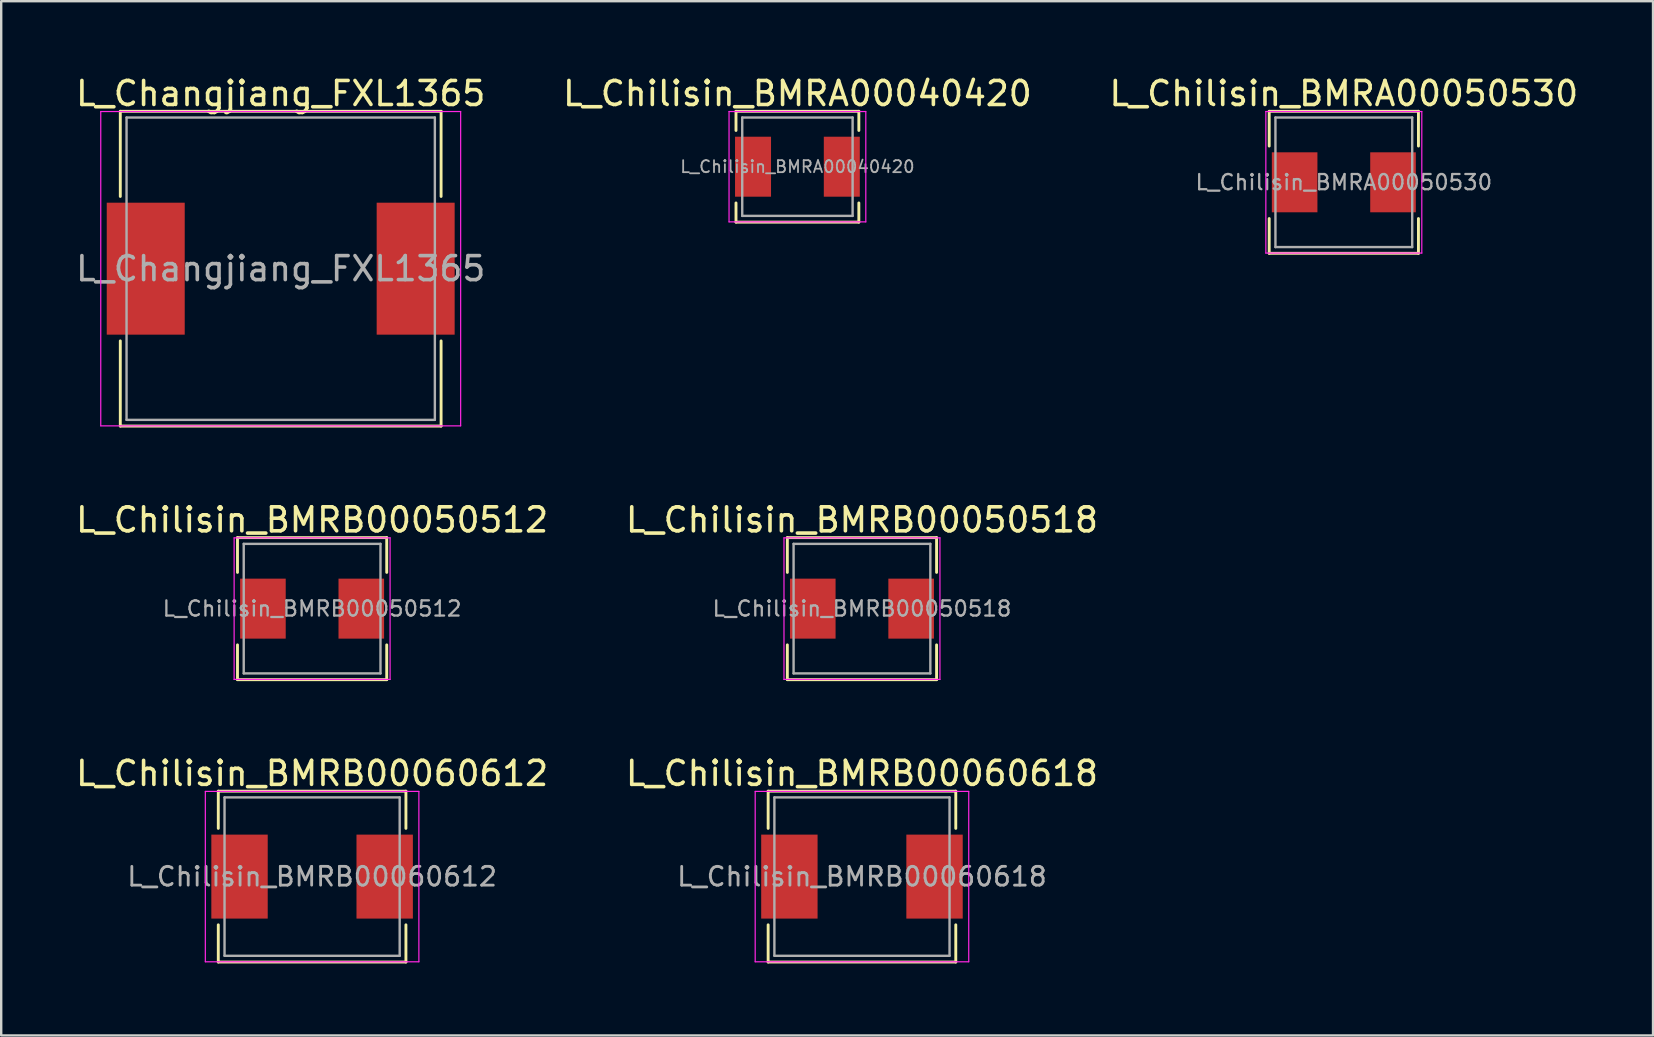
<source format=kicad_pcb>
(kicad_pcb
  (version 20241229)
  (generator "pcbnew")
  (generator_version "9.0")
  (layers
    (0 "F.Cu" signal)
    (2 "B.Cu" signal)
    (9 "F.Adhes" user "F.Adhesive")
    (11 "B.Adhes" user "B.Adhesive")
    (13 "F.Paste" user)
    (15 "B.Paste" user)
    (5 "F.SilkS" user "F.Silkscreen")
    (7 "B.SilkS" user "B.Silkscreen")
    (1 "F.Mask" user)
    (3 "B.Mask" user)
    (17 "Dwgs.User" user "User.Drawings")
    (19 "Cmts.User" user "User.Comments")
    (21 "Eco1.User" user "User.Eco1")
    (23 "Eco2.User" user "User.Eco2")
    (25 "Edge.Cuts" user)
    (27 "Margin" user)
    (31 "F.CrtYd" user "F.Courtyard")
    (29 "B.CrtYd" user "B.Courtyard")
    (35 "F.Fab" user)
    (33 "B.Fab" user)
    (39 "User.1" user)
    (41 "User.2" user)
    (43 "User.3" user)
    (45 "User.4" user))
  (footprint "L_Chilisin_BMRB00050518"
    (layer "F.Cu")
    (at 32.875 22.317)
    (property "Reference" "L_Chilisin_BMRB00050518" (at 0 -3.7 0) (layer "F.SilkS") (effects (font (size 1 1) (thickness 0.15))))
    (attr smd)
    (fp_line (start -3.11 -2.96) (end -3.11 -1.51) (stroke (width 0.12) (type solid)) (layer "F.SilkS"))
    (fp_line (start -3.11 -2.96) (end 3.11 -2.96) (stroke (width 0.12) (type solid)) (layer "F.SilkS"))
    (fp_line (start -3.11 2.96) (end -3.11 1.51) (stroke (width 0.12) (type solid)) (layer "F.SilkS"))
    (fp_line (start -3.11 2.96) (end 3.11 2.96) (stroke (width 0.12) (type solid)) (layer "F.SilkS"))
    (fp_line (start 3.11 -2.96) (end 3.11 -1.51) (stroke (width 0.12) (type solid)) (layer "F.SilkS"))
    (fp_line (start 3.11 2.96) (end 3.11 1.51) (stroke (width 0.12) (type solid)) (layer "F.SilkS"))
    (fp_line (start -3.25 -2.95) (end -3.25 2.95) (stroke (width 0.05) (type solid)) (layer "F.CrtYd"))
    (fp_line (start -3.25 2.95) (end 3.25 2.95) (stroke (width 0.05) (type solid)) (layer "F.CrtYd"))
    (fp_line (start 3.25 -2.95) (end -3.25 -2.95) (stroke (width 0.05) (type solid)) (layer "F.CrtYd"))
    (fp_line (start 3.25 2.95) (end 3.25 -2.95) (stroke (width 0.05) (type solid)) (layer "F.CrtYd"))
    (fp_line (start -2.85 -2.7) (end -2.85 2.7) (stroke (width 0.1) (type solid)) (layer "F.Fab"))
    (fp_line (start -2.85 2.7) (end 2.85 2.7) (stroke (width 0.1) (type solid)) (layer "F.Fab"))
    (fp_line (start 2.85 -2.7) (end -2.85 -2.7) (stroke (width 0.1) (type solid)) (layer "F.Fab"))
    (fp_line (start 2.85 2.7) (end 2.85 -2.7) (stroke (width 0.1) (type solid)) (layer "F.Fab"))
    (fp_text user "${REFERENCE}" (at 0 0 0) (layer "F.Fab") (effects (font (size 0.633 0.633) (thickness 0.095))))
    (pad "1" smd rect (at -2.05 0) (size 1.9 2.5) (layers "F.Cu" "F.Mask" "F.Paste"))
    (pad "2" smd rect (at 2.05 0) (size 1.9 2.5) (layers "F.Cu" "F.Mask" "F.Paste")))
  (footprint "L_Chilisin_BMRB00050512"
    (layer "F.Cu")
    (at 9.958 22.317)
    (property "Reference" "L_Chilisin_BMRB00050512" (at 0 -3.7 0) (layer "F.SilkS") (effects (font (size 1 1) (thickness 0.15))))
    (attr smd)
    (fp_line (start -3.11 -2.96) (end -3.11 -1.51) (stroke (width 0.12) (type solid)) (layer "F.SilkS"))
    (fp_line (start -3.11 -2.96) (end 3.11 -2.96) (stroke (width 0.12) (type solid)) (layer "F.SilkS"))
    (fp_line (start -3.11 2.96) (end -3.11 1.51) (stroke (width 0.12) (type solid)) (layer "F.SilkS"))
    (fp_line (start -3.11 2.96) (end 3.11 2.96) (stroke (width 0.12) (type solid)) (layer "F.SilkS"))
    (fp_line (start 3.11 -2.96) (end 3.11 -1.51) (stroke (width 0.12) (type solid)) (layer "F.SilkS"))
    (fp_line (start 3.11 2.96) (end 3.11 1.51) (stroke (width 0.12) (type solid)) (layer "F.SilkS"))
    (fp_line (start -3.25 -2.95) (end -3.25 2.95) (stroke (width 0.05) (type solid)) (layer "F.CrtYd"))
    (fp_line (start -3.25 2.95) (end 3.25 2.95) (stroke (width 0.05) (type solid)) (layer "F.CrtYd"))
    (fp_line (start 3.25 -2.95) (end -3.25 -2.95) (stroke (width 0.05) (type solid)) (layer "F.CrtYd"))
    (fp_line (start 3.25 2.95) (end 3.25 -2.95) (stroke (width 0.05) (type solid)) (layer "F.CrtYd"))
    (fp_line (start -2.85 -2.7) (end -2.85 2.7) (stroke (width 0.1) (type solid)) (layer "F.Fab"))
    (fp_line (start -2.85 2.7) (end 2.85 2.7) (stroke (width 0.1) (type solid)) (layer "F.Fab"))
    (fp_line (start 2.85 -2.7) (end -2.85 -2.7) (stroke (width 0.1) (type solid)) (layer "F.Fab"))
    (fp_line (start 2.85 2.7) (end 2.85 -2.7) (stroke (width 0.1) (type solid)) (layer "F.Fab"))
    (fp_text user "${REFERENCE}" (at 0 0 0) (layer "F.Fab") (effects (font (size 0.633 0.633) (thickness 0.095))))
    (pad "1" smd rect (at -2.05 0) (size 1.9 2.5) (layers "F.Cu" "F.Mask" "F.Paste"))
    (pad "2" smd rect (at 2.05 0) (size 1.9 2.5) (layers "F.Cu" "F.Mask" "F.Paste")))
  (footprint "L_Changjiang_FXL1365"
    (layer "F.Cu")
    (at 8.649 8.148)
    (property "Reference" "L_Changjiang_FXL1365" (at 0 -7.3 0) (layer "F.SilkS") (effects (font (size 1 1) (thickness 0.15))))
    (attr smd)
    (fp_line (start -6.685 -6.56) (end -6.685 -3.01) (stroke (width 0.12) (type solid)) (layer "F.SilkS"))
    (fp_line (start -6.685 -6.56) (end 6.685 -6.56) (stroke (width 0.12) (type solid)) (layer "F.SilkS"))
    (fp_line (start -6.685 6.56) (end -6.685 3.01) (stroke (width 0.12) (type solid)) (layer "F.SilkS"))
    (fp_line (start -6.685 6.56) (end 6.685 6.56) (stroke (width 0.12) (type solid)) (layer "F.SilkS"))
    (fp_line (start 6.685 -6.56) (end 6.685 -3.01) (stroke (width 0.12) (type solid)) (layer "F.SilkS"))
    (fp_line (start 6.685 6.56) (end 6.685 3.01) (stroke (width 0.12) (type solid)) (layer "F.SilkS"))
    (fp_line (start -7.5 -6.55) (end -7.5 6.55) (stroke (width 0.05) (type solid)) (layer "F.CrtYd"))
    (fp_line (start -7.5 6.55) (end 7.5 6.55) (stroke (width 0.05) (type solid)) (layer "F.CrtYd"))
    (fp_line (start 7.5 -6.55) (end -7.5 -6.55) (stroke (width 0.05) (type solid)) (layer "F.CrtYd"))
    (fp_line (start 7.5 6.55) (end 7.5 -6.55) (stroke (width 0.05) (type solid)) (layer "F.CrtYd"))
    (fp_line (start -6.425 -6.3) (end -6.425 6.3) (stroke (width 0.1) (type solid)) (layer "F.Fab"))
    (fp_line (start -6.425 6.3) (end 6.425 6.3) (stroke (width 0.1) (type solid)) (layer "F.Fab"))
    (fp_line (start 6.425 -6.3) (end -6.425 -6.3) (stroke (width 0.1) (type solid)) (layer "F.Fab"))
    (fp_line (start 6.425 6.3) (end 6.425 -6.3) (stroke (width 0.1) (type solid)) (layer "F.Fab"))
    (fp_text user "${REFERENCE}" (at 0 0 0) (layer "F.Fab") (effects (font (size 1 1) (thickness 0.15))))
    (pad "1" smd rect (at -5.625 0) (size 3.25 5.5) (layers "F.Cu" "F.Mask" "F.Paste"))
    (pad "2" smd rect (at 5.625 0) (size 3.25 5.5) (layers "F.Cu" "F.Mask" "F.Paste")))
  (footprint "L_Chilisin_BMRB00060612"
    (layer "F.Cu")
    (at 9.958 33.485)
    (property "Reference" "L_Chilisin_BMRB00060612" (at 0 -4.3 0) (layer "F.SilkS") (effects (font (size 1 1) (thickness 0.15))))
    (attr smd)
    (fp_line (start -3.91 -3.56) (end -3.91 -2.01) (stroke (width 0.12) (type solid)) (layer "F.SilkS"))
    (fp_line (start -3.91 -3.56) (end 3.91 -3.56) (stroke (width 0.12) (type solid)) (layer "F.SilkS"))
    (fp_line (start -3.91 3.56) (end -3.91 2.01) (stroke (width 0.12) (type solid)) (layer "F.SilkS"))
    (fp_line (start -3.91 3.56) (end 3.91 3.56) (stroke (width 0.12) (type solid)) (layer "F.SilkS"))
    (fp_line (start 3.91 -3.56) (end 3.91 -2.01) (stroke (width 0.12) (type solid)) (layer "F.SilkS"))
    (fp_line (start 3.91 3.56) (end 3.91 2.01) (stroke (width 0.12) (type solid)) (layer "F.SilkS"))
    (fp_line (start -4.45 -3.55) (end -4.45 3.55) (stroke (width 0.05) (type solid)) (layer "F.CrtYd"))
    (fp_line (start -4.45 3.55) (end 4.45 3.55) (stroke (width 0.05) (type solid)) (layer "F.CrtYd"))
    (fp_line (start 4.45 -3.55) (end -4.45 -3.55) (stroke (width 0.05) (type solid)) (layer "F.CrtYd"))
    (fp_line (start 4.45 3.55) (end 4.45 -3.55) (stroke (width 0.05) (type solid)) (layer "F.CrtYd"))
    (fp_line (start -3.65 -3.3) (end -3.65 3.3) (stroke (width 0.1) (type solid)) (layer "F.Fab"))
    (fp_line (start -3.65 3.3) (end 3.65 3.3) (stroke (width 0.1) (type solid)) (layer "F.Fab"))
    (fp_line (start 3.65 -3.3) (end -3.65 -3.3) (stroke (width 0.1) (type solid)) (layer "F.Fab"))
    (fp_line (start 3.65 3.3) (end 3.65 -3.3) (stroke (width 0.1) (type solid)) (layer "F.Fab"))
    (fp_text user "${REFERENCE}" (at 0 0 0) (layer "F.Fab") (effects (font (size 0.783 0.783) (thickness 0.117))))
    (pad "1" smd rect (at -3.025 0) (size 2.35 3.5) (layers "F.Cu" "F.Mask" "F.Paste"))
    (pad "2" smd rect (at 3.025 0) (size 2.35 3.5) (layers "F.Cu" "F.Mask" "F.Paste")))
  (footprint "L_Chilisin_BMRA00040420"
    (layer "F.Cu")
    (at 30.185 3.898)
    (property "Reference" "L_Chilisin_BMRA00040420" (at 0 -3.05 0) (layer "F.SilkS") (effects (font (size 1 1) (thickness 0.15))))
    (attr smd)
    (fp_line (start -2.56 -2.31) (end -2.56 -1.51) (stroke (width 0.12) (type solid)) (layer "F.SilkS"))
    (fp_line (start -2.56 -2.31) (end 2.56 -2.31) (stroke (width 0.12) (type solid)) (layer "F.SilkS"))
    (fp_line (start -2.56 2.31) (end -2.56 1.51) (stroke (width 0.12) (type solid)) (layer "F.SilkS"))
    (fp_line (start -2.56 2.31) (end 2.56 2.31) (stroke (width 0.12) (type solid)) (layer "F.SilkS"))
    (fp_line (start 2.56 -2.31) (end 2.56 -1.51) (stroke (width 0.12) (type solid)) (layer "F.SilkS"))
    (fp_line (start 2.56 2.31) (end 2.56 1.51) (stroke (width 0.12) (type solid)) (layer "F.SilkS"))
    (fp_line (start -2.85 -2.3) (end -2.85 2.3) (stroke (width 0.05) (type solid)) (layer "F.CrtYd"))
    (fp_line (start -2.85 2.3) (end 2.85 2.3) (stroke (width 0.05) (type solid)) (layer "F.CrtYd"))
    (fp_line (start 2.85 -2.3) (end -2.85 -2.3) (stroke (width 0.05) (type solid)) (layer "F.CrtYd"))
    (fp_line (start 2.85 2.3) (end 2.85 -2.3) (stroke (width 0.05) (type solid)) (layer "F.CrtYd"))
    (fp_line (start -2.3 -2.05) (end -2.3 2.05) (stroke (width 0.1) (type solid)) (layer "F.Fab"))
    (fp_line (start -2.3 2.05) (end 2.3 2.05) (stroke (width 0.1) (type solid)) (layer "F.Fab"))
    (fp_line (start 2.3 -2.05) (end -2.3 -2.05) (stroke (width 0.1) (type solid)) (layer "F.Fab"))
    (fp_line (start 2.3 2.05) (end 2.3 -2.05) (stroke (width 0.1) (type solid)) (layer "F.Fab"))
    (fp_text user "${REFERENCE}" (at 0 0 0) (layer "F.Fab") (effects (font (size 0.5 0.5) (thickness 0.075))))
    (pad "1" smd rect (at -1.85 0) (size 1.5 2.5) (layers "F.Cu" "F.Mask" "F.Paste"))
    (pad "2" smd rect (at 1.85 0) (size 1.5 2.5) (layers "F.Cu" "F.Mask" "F.Paste")))
  (footprint "L_Chilisin_BMRA00050530"
    (layer "F.Cu")
    (at 52.958 4.548)
    (property "Reference" "L_Chilisin_BMRA00050530" (at 0 -3.7 0) (layer "F.SilkS") (effects (font (size 1 1) (thickness 0.15))))
    (attr smd)
    (fp_line (start -3.11 -2.96) (end -3.11 -1.51) (stroke (width 0.12) (type solid)) (layer "F.SilkS"))
    (fp_line (start -3.11 -2.96) (end 3.11 -2.96) (stroke (width 0.12) (type solid)) (layer "F.SilkS"))
    (fp_line (start -3.11 2.96) (end -3.11 1.51) (stroke (width 0.12) (type solid)) (layer "F.SilkS"))
    (fp_line (start -3.11 2.96) (end 3.11 2.96) (stroke (width 0.12) (type solid)) (layer "F.SilkS"))
    (fp_line (start 3.11 -2.96) (end 3.11 -1.51) (stroke (width 0.12) (type solid)) (layer "F.SilkS"))
    (fp_line (start 3.11 2.96) (end 3.11 1.51) (stroke (width 0.12) (type solid)) (layer "F.SilkS"))
    (fp_line (start -3.25 -2.95) (end -3.25 2.95) (stroke (width 0.05) (type solid)) (layer "F.CrtYd"))
    (fp_line (start -3.25 2.95) (end 3.25 2.95) (stroke (width 0.05) (type solid)) (layer "F.CrtYd"))
    (fp_line (start 3.25 -2.95) (end -3.25 -2.95) (stroke (width 0.05) (type solid)) (layer "F.CrtYd"))
    (fp_line (start 3.25 2.95) (end 3.25 -2.95) (stroke (width 0.05) (type solid)) (layer "F.CrtYd"))
    (fp_line (start -2.85 -2.7) (end -2.85 2.7) (stroke (width 0.1) (type solid)) (layer "F.Fab"))
    (fp_line (start -2.85 2.7) (end 2.85 2.7) (stroke (width 0.1) (type solid)) (layer "F.Fab"))
    (fp_line (start 2.85 -2.7) (end -2.85 -2.7) (stroke (width 0.1) (type solid)) (layer "F.Fab"))
    (fp_line (start 2.85 2.7) (end 2.85 -2.7) (stroke (width 0.1) (type solid)) (layer "F.Fab"))
    (fp_text user "${REFERENCE}" (at 0 0 0) (layer "F.Fab") (effects (font (size 0.633 0.633) (thickness 0.095))))
    (pad "1" smd rect (at -2.05 0) (size 1.9 2.5) (layers "F.Cu" "F.Mask" "F.Paste"))
    (pad "2" smd rect (at 2.05 0) (size 1.9 2.5) (layers "F.Cu" "F.Mask" "F.Paste")))
  (footprint "L_Chilisin_BMRB00060618"
    (layer "F.Cu")
    (at 32.875 33.485)
    (property "Reference" "L_Chilisin_BMRB00060618" (at 0 -4.3 0) (layer "F.SilkS") (effects (font (size 1 1) (thickness 0.15))))
    (attr smd)
    (fp_line (start -3.91 -3.56) (end -3.91 -2.01) (stroke (width 0.12) (type solid)) (layer "F.SilkS"))
    (fp_line (start -3.91 -3.56) (end 3.91 -3.56) (stroke (width 0.12) (type solid)) (layer "F.SilkS"))
    (fp_line (start -3.91 3.56) (end -3.91 2.01) (stroke (width 0.12) (type solid)) (layer "F.SilkS"))
    (fp_line (start -3.91 3.56) (end 3.91 3.56) (stroke (width 0.12) (type solid)) (layer "F.SilkS"))
    (fp_line (start 3.91 -3.56) (end 3.91 -2.01) (stroke (width 0.12) (type solid)) (layer "F.SilkS"))
    (fp_line (start 3.91 3.56) (end 3.91 2.01) (stroke (width 0.12) (type solid)) (layer "F.SilkS"))
    (fp_line (start -4.45 -3.55) (end -4.45 3.55) (stroke (width 0.05) (type solid)) (layer "F.CrtYd"))
    (fp_line (start -4.45 3.55) (end 4.45 3.55) (stroke (width 0.05) (type solid)) (layer "F.CrtYd"))
    (fp_line (start 4.45 -3.55) (end -4.45 -3.55) (stroke (width 0.05) (type solid)) (layer "F.CrtYd"))
    (fp_line (start 4.45 3.55) (end 4.45 -3.55) (stroke (width 0.05) (type solid)) (layer "F.CrtYd"))
    (fp_line (start -3.65 -3.3) (end -3.65 3.3) (stroke (width 0.1) (type solid)) (layer "F.Fab"))
    (fp_line (start -3.65 3.3) (end 3.65 3.3) (stroke (width 0.1) (type solid)) (layer "F.Fab"))
    (fp_line (start 3.65 -3.3) (end -3.65 -3.3) (stroke (width 0.1) (type solid)) (layer "F.Fab"))
    (fp_line (start 3.65 3.3) (end 3.65 -3.3) (stroke (width 0.1) (type solid)) (layer "F.Fab"))
    (fp_text user "${REFERENCE}" (at 0 0 0) (layer "F.Fab") (effects (font (size 0.783 0.783) (thickness 0.117))))
    (pad "1" smd rect (at -3.025 0) (size 2.35 3.5) (layers "F.Cu" "F.Mask" "F.Paste"))
    (pad "2" smd rect (at 3.025 0) (size 2.35 3.5) (layers "F.Cu" "F.Mask" "F.Paste")))
  (gr_rect
    (start -3 -3)
    (end 65.845 40.105)
    (stroke (width 0.1) (type default))
    (fill no)
    (layer "Edge.Cuts")))
</source>
